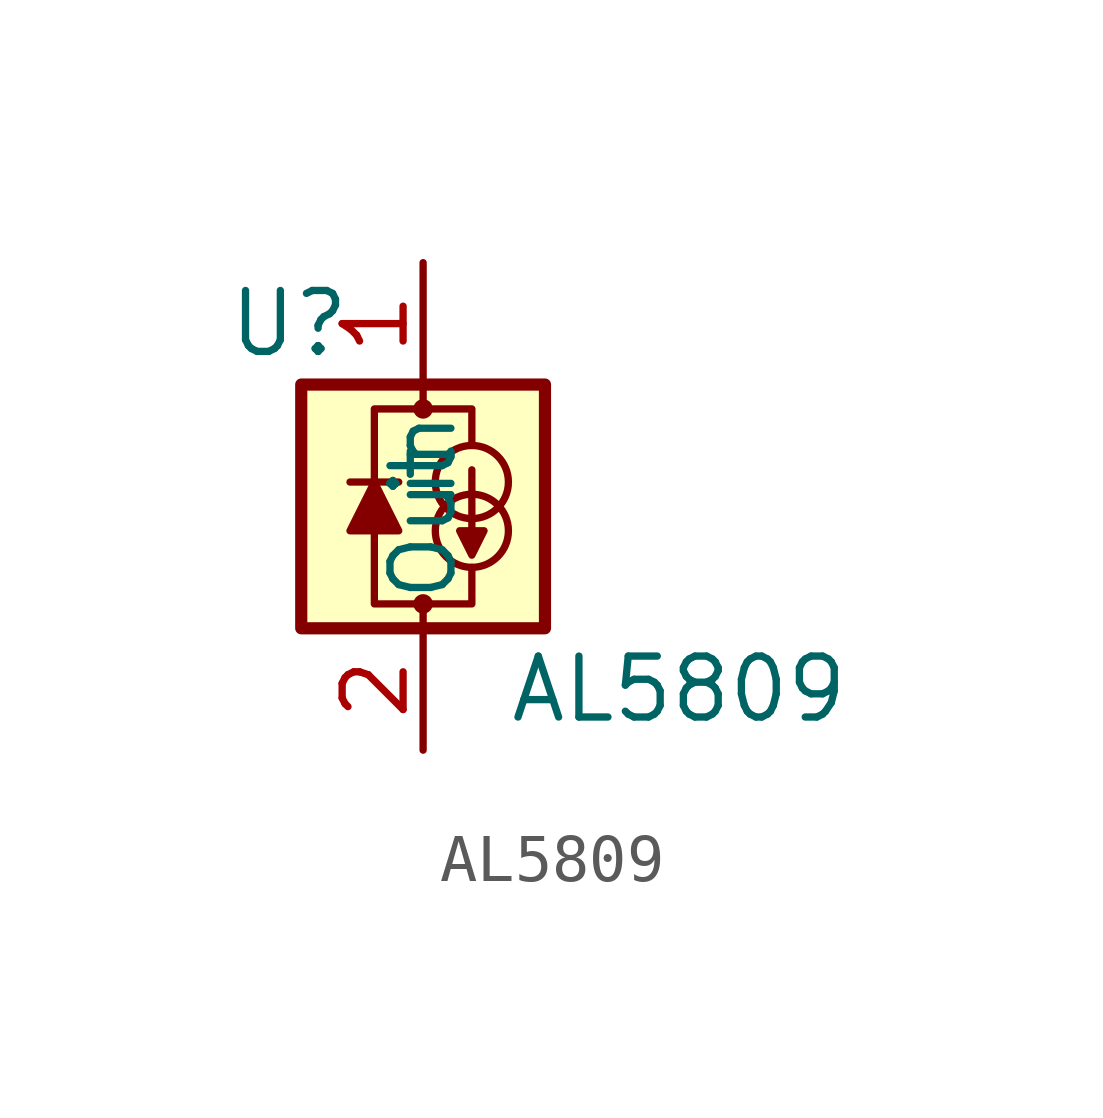
<source format=kicad_sym>
(kicad_symbol_lib
  (version 20240819)
  (generator "kicad_symbol_editor")
  (generator_version "8.99")
  (symbol "AL5809"
    (property "Reference" "U"
      (at -2.794 -3.81 0)
      (effects (font (size 1.27 1.27))))
    (property "Value" "AL5809"
      (at 5.334 -11.43 0)
      (effects (font (size 1.27 1.27))))
    (symbol "AL5809_0_1"
      (rectangle (start -2.54 -5.08) (end 2.54 -10.16) (stroke (width 0.254) (type default)) (fill (type background)))
      (polyline (pts (xy -1.524 -7.112) (xy -0.508 -7.112)) (stroke (width 0) (type default)) (fill (type none)))
      (polyline (pts (xy -1.016 -7.112) (xy -1.524 -8.128) (xy -0.508 -8.128) (xy -1.016 -7.112)) (stroke (width 0) (type default)) (fill (type outline)))
      (polyline (pts (xy -1.016 -8.128) (xy -1.016 -9.652) (xy 1.016 -9.652) (xy 1.016 -8.89)) (stroke (width 0) (type default)) (fill (type none)))
      (circle (center 0 -5.588) (radius 0.127) (stroke (width 0) (type default)) (fill (type none)))
      (polyline (pts (xy 0 -5.588) (xy 0 -5.08)) (stroke (width 0) (type default)) (fill (type none)))
      (circle (center 0 -9.652) (radius 0.127) (stroke (width 0) (type default)) (fill (type none)))
      (polyline (pts (xy 0 -9.652) (xy 0 -10.16)) (stroke (width 0) (type default)) (fill (type none)))
      (polyline (pts (xy 1.016 -6.35) (xy 1.016 -5.588) (xy -1.016 -5.588) (xy -1.016 -7.112)) (stroke (width 0) (type default)) (fill (type none)))
      (polyline (pts (xy 1.016 -6.858) (xy 1.016 -8.636) (xy 0.762 -8.128) (xy 1.27 -8.128) (xy 1.016 -8.636)) (stroke (width 0) (type default)) (fill (type outline)))
      (circle (center 1.016 -7.112) (radius 0.762) (stroke (width 0) (type default)) (fill (type none)))
      (circle (center 1.016 -8.128) (radius 0.762) (stroke (width 0) (type default)) (fill (type none))))
    (symbol "AL5809_1_1"
      (pin input line (at 0 -2.54 270) (length 2.54) (name "in" (effects (font (size 1.27 1.27)))) (number "1" (effects (font (size 1.27 1.27)))))
      (pin input line (at 0 -12.7 90) (length 2.54) (name "Out" (effects (font (size 1.27 1.27)))) (number "2" (effects (font (size 1.27 1.27))))))))
</source>
